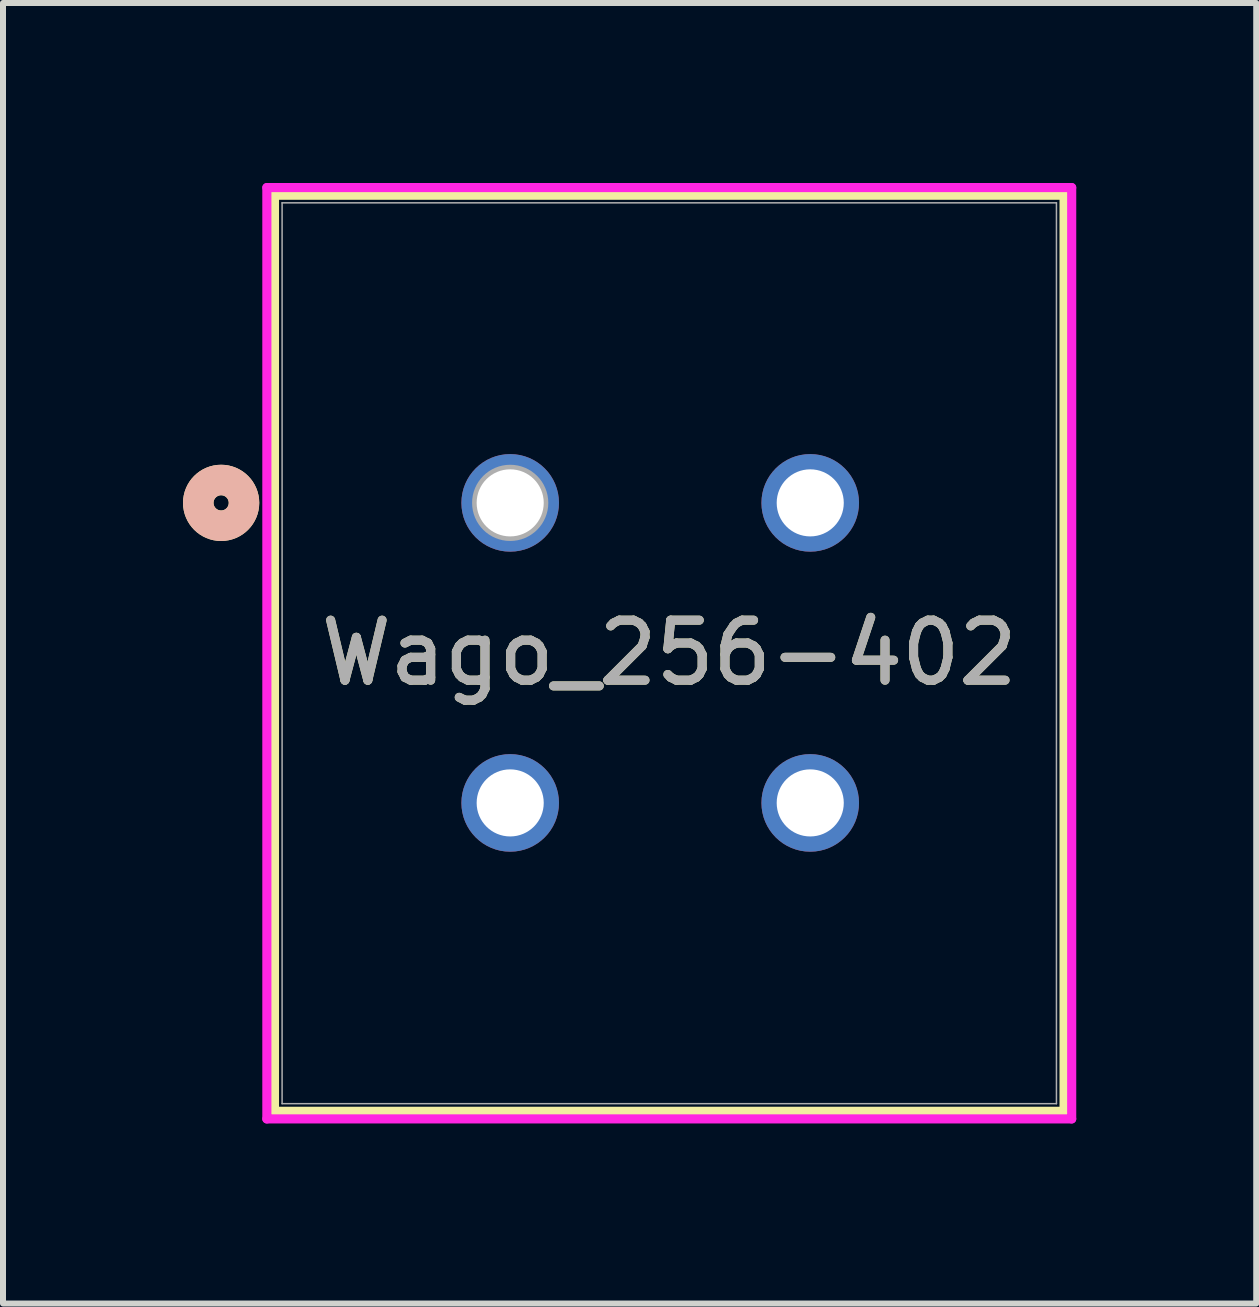
<source format=kicad_pcb>
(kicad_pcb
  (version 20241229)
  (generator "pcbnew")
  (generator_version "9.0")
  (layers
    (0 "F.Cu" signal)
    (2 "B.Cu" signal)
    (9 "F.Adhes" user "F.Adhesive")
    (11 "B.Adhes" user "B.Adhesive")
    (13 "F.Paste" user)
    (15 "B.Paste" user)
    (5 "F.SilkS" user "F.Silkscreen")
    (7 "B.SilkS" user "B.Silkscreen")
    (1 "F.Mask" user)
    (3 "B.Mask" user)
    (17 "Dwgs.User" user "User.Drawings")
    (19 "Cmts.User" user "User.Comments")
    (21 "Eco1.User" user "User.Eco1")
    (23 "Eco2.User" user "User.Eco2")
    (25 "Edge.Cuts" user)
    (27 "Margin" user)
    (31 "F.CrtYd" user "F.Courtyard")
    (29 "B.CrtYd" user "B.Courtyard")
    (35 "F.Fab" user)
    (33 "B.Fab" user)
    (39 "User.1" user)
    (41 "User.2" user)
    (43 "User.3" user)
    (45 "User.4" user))
  (footprint "Wago_256-402"
    (layer "F.Cu")
    (at 8.103 7.836)
    (property "Reference" "Wago_256-402" (at 0 -0.006 0) (unlocked yes) (layer "F.SilkS") (effects (font (size 1 1) (thickness 0.15))))
    (attr through_hole)
    (fp_line (start -6.579 -7.633) (end -6.579 7.633) (stroke (width 0.152) (type solid)) (layer "F.SilkS"))
    (fp_line (start -6.579 7.633) (end 6.579 7.633) (stroke (width 0.152) (type solid)) (layer "F.SilkS"))
    (fp_line (start 6.579 -7.633) (end -6.579 -7.633) (stroke (width 0.152) (type solid)) (layer "F.SilkS"))
    (fp_line (start 6.579 7.633) (end 6.579 -7.633) (stroke (width 0.152) (type solid)) (layer "F.SilkS"))
    (fp_circle (center -7.468 -2.506) (end -7.087 -2.506) (stroke (width 0.508) (type solid)) (fill no) (layer "F.SilkS"))
    (fp_circle (center -7.468 -2.506) (end -7.087 -2.506) (stroke (width 0.508) (type solid)) (fill no) (layer "B.SilkS"))
    (fp_line (start -6.706 -7.76) (end -6.706 7.76) (stroke (width 0.152) (type solid)) (layer "F.CrtYd"))
    (fp_line (start -6.706 7.76) (end 6.706 7.76) (stroke (width 0.152) (type solid)) (layer "F.CrtYd"))
    (fp_line (start 6.706 -7.76) (end -6.706 -7.76) (stroke (width 0.152) (type solid)) (layer "F.CrtYd"))
    (fp_line (start 6.706 7.76) (end 6.706 -7.76) (stroke (width 0.152) (type solid)) (layer "F.CrtYd"))
    (fp_line (start -6.452 -7.506) (end -6.452 7.506) (stroke (width 0.025) (type solid)) (layer "F.Fab"))
    (fp_line (start -6.452 7.506) (end 6.452 7.506) (stroke (width 0.025) (type solid)) (layer "F.Fab"))
    (fp_line (start 6.452 -7.506) (end -6.452 -7.506) (stroke (width 0.025) (type solid)) (layer "F.Fab"))
    (fp_line (start 6.452 7.506) (end 6.452 -7.506) (stroke (width 0.025) (type solid)) (layer "F.Fab"))
    (fp_circle (center -2.651 -2.506) (end -2.27 -2.506) (stroke (width 0.508) (type solid)) (fill no) (layer "F.Fab"))
    (fp_text user "${REFERENCE}" (at 0 -0.006 0) (unlocked yes) (layer "F.Fab") (effects (font (size 1 1) (thickness 0.15))))
    (pad "1" thru_hole circle (at -2.651 -2.506) (size 1.626 1.626) (drill 1.118) (layers "*.Cu" "*.Mask"))
    (pad "1" thru_hole circle (at -2.651 2.494) (size 1.626 1.626) (drill 1.118) (layers "*.Cu" "*.Mask"))
    (pad "2" thru_hole circle (at 2.349 -2.506) (size 1.626 1.626) (drill 1.118) (layers "*.Cu" "*.Mask"))
    (pad "2" thru_hole circle (at 2.349 2.494) (size 1.626 1.626) (drill 1.118) (layers "*.Cu" "*.Mask")))
  (gr_rect
    (start -3 -3)
    (end 17.884 18.672)
    (stroke (width 0.1) (type default))
    (fill no)
    (layer "Edge.Cuts")))
</source>
